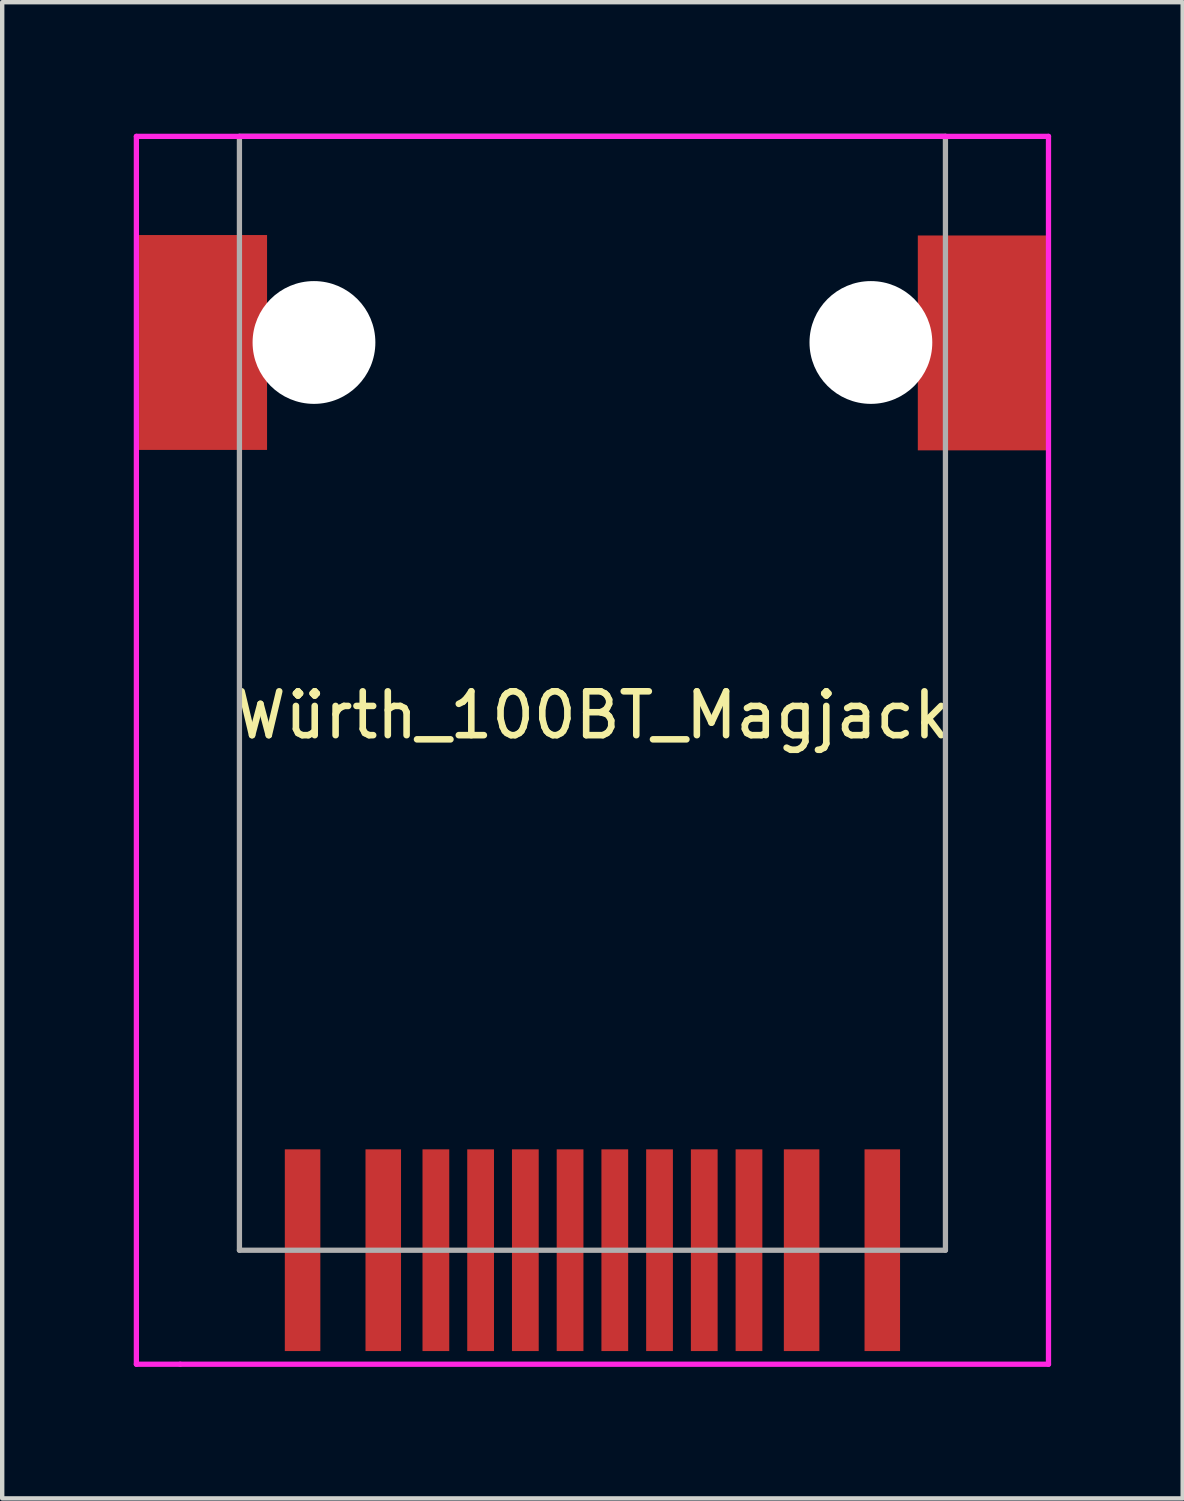
<source format=kicad_pcb>
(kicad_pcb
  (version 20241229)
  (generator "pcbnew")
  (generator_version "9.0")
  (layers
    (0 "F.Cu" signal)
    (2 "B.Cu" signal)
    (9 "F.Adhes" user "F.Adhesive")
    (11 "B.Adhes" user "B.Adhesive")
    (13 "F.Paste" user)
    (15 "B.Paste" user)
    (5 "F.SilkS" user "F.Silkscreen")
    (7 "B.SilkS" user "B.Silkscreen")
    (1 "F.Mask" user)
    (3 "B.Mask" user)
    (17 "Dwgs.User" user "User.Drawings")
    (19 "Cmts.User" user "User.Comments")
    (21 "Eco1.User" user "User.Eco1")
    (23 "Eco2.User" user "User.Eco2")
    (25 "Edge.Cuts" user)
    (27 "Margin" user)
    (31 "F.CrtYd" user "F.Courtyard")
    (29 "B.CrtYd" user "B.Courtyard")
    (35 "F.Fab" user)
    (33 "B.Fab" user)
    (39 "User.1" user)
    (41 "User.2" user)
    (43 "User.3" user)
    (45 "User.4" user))
  (footprint "Würth_100BT_Magjack"
    (layer "F.Cu")
    (at 10.46 12.76)
    (property "Reference" "Würth_100BT_Magjack" (at 0 0.5 0) (layer "F.SilkS") (effects (font (size 1 1) (thickness 0.15))))
    (attr through_hole)
    (fp_line (start -10.4 -12.7) (end -10.4 15.3) (stroke (width 0.12) (type solid)) (layer "F.CrtYd"))
    (fp_line (start -10.4 -12.7) (end 10.4 -12.7) (stroke (width 0.12) (type solid)) (layer "F.CrtYd"))
    (fp_line (start -10.4 15.3) (end -9.4 15.3) (stroke (width 0.12) (type solid)) (layer "F.CrtYd"))
    (fp_line (start 10.4 -12.7) (end 10.4 15.3) (stroke (width 0.12) (type solid)) (layer "F.CrtYd"))
    (fp_line (start 10.4 15.3) (end -9.4 15.3) (stroke (width 0.12) (type solid)) (layer "F.CrtYd"))
    (fp_line (start -8.05 -12.7) (end -8.05 12.7) (stroke (width 0.12) (type solid)) (layer "F.Fab"))
    (fp_line (start -8.05 -12.7) (end 8.05 -12.7) (stroke (width 0.12) (type solid)) (layer "F.Fab"))
    (fp_line (start 8.05 -12.7) (end 8.05 12.7) (stroke (width 0.12) (type solid)) (layer "F.Fab"))
    (fp_line (start 8.05 12.7) (end -8.05 12.7) (stroke (width 0.12) (type solid)) (layer "F.Fab"))
    (pad "" np_thru_hole circle (at -6.35 -8) (size 2.8 2.8) (drill 2.8) (layers "*.Cu" "*.Mask"))
    (pad "" np_thru_hole circle (at 6.35 -8) (size 2.8 2.8) (drill 2.8) (layers "*.Cu" "*.Mask"))
    (pad "1" smd rect (at -6.61 12.7) (size 0.81 4.6) (layers "F.Cu" "F.Mask" "F.Paste"))
    (pad "2" smd rect (at -4.77 12.7) (size 0.81 4.6) (layers "F.Cu" "F.Mask" "F.Paste"))
    (pad "3" smd rect (at -3.57 12.7) (size 0.61 4.6) (layers "F.Cu" "F.Mask" "F.Paste"))
    (pad "4" smd rect (at -2.55 12.7) (size 0.61 4.6) (layers "F.Cu" "F.Mask" "F.Paste"))
    (pad "5" smd rect (at -1.53 12.7) (size 0.61 4.6) (layers "F.Cu" "F.Mask" "F.Paste"))
    (pad "6" smd rect (at -0.51 12.7) (size 0.61 4.6) (layers "F.Cu" "F.Mask" "F.Paste"))
    (pad "7" smd rect (at 0.51 12.7) (size 0.61 4.6) (layers "F.Cu" "F.Mask" "F.Paste"))
    (pad "8" smd rect (at 1.53 12.7) (size 0.61 4.6) (layers "F.Cu" "F.Mask" "F.Paste"))
    (pad "9" smd rect (at 2.55 12.7) (size 0.61 4.6) (layers "F.Cu" "F.Mask" "F.Paste"))
    (pad "10" smd rect (at 3.57 12.7) (size 0.61 4.6) (layers "F.Cu" "F.Mask" "F.Paste"))
    (pad "11" smd rect (at 4.77 12.7) (size 0.81 4.6) (layers "F.Cu" "F.Mask" "F.Paste"))
    (pad "12" smd rect (at 6.61 12.7) (size 0.81 4.6) (layers "F.Cu" "F.Mask" "F.Paste"))
    (pad "13" smd rect (at -8.92 -8) (size 3 4.9) (layers "F.Cu" "F.Mask" "F.Paste"))
    (pad "13" smd rect (at 8.92 -7.99) (size 3 4.9) (layers "F.Cu" "F.Mask" "F.Paste")))
  (gr_rect
    (start -3 -3)
    (end 23.92 31.12)
    (stroke (width 0.1) (type default))
    (fill no)
    (layer "Edge.Cuts")))
</source>
